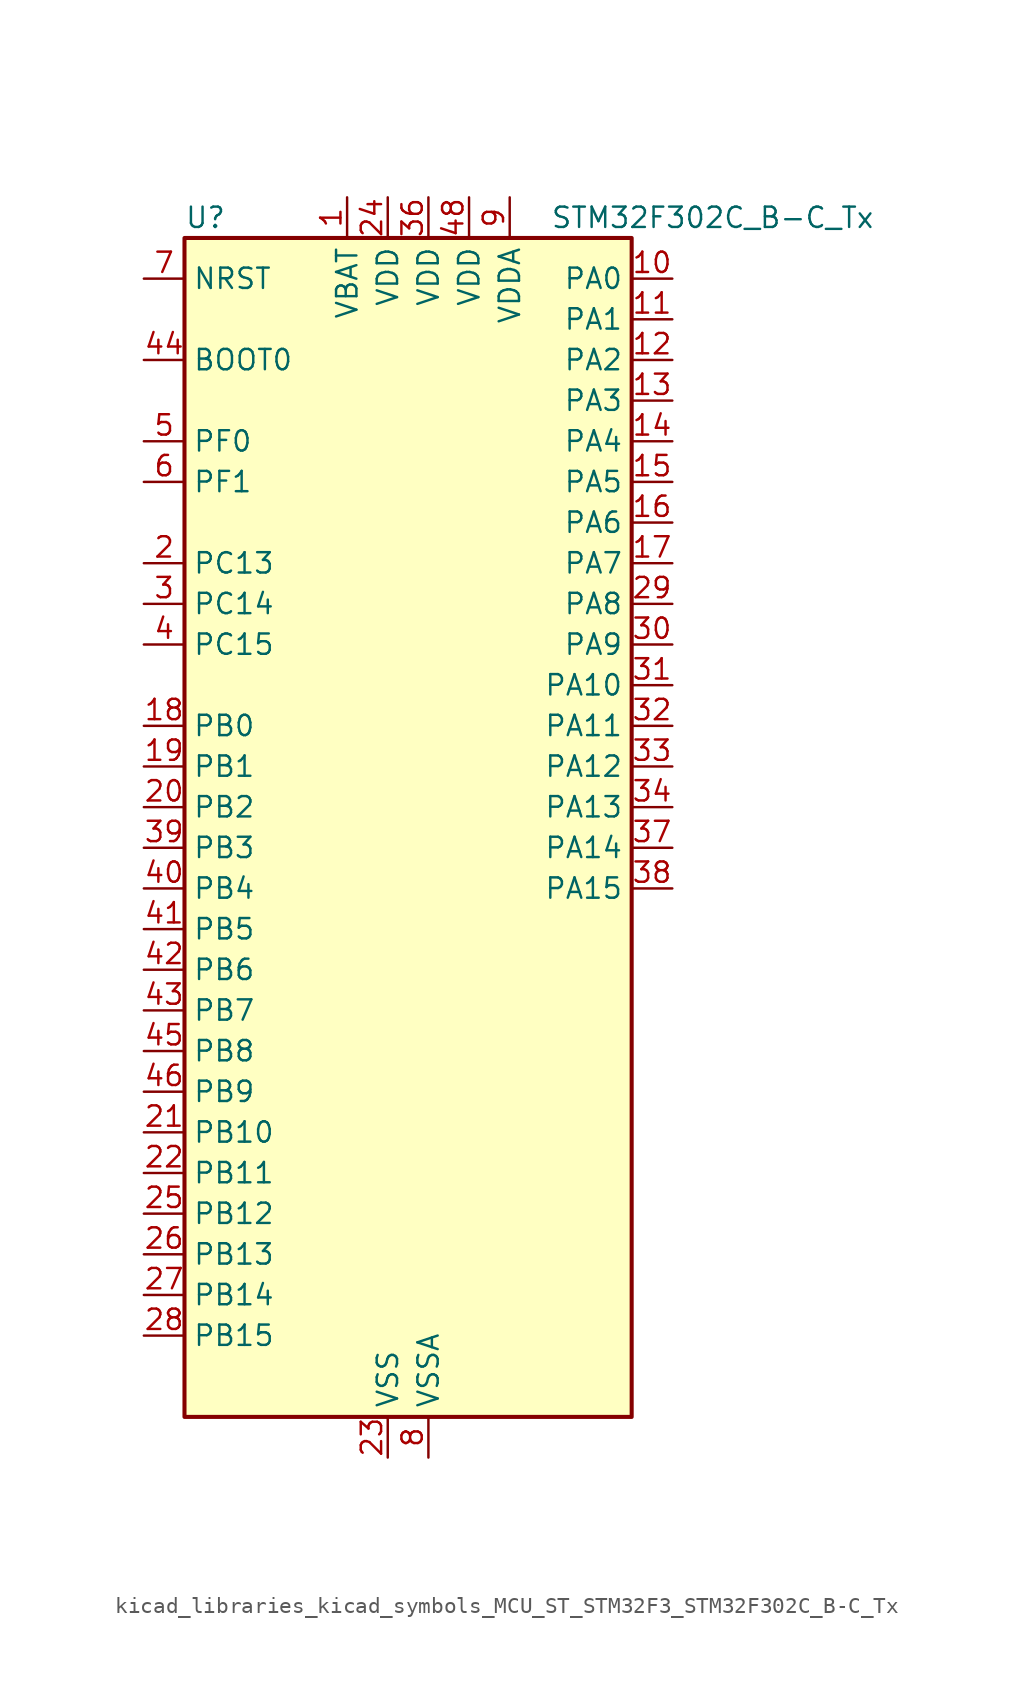
<source format=kicad_sym>
(kicad_symbol_lib
  (version 20220914)
  (generator kicad_symbol_editor)
  (symbol "kicad_libraries_kicad_symbols_MCU_ST_STM32F3_STM32F302C_B-C_Tx"
    (property "Reference" "U"
      (at -12.7 39.37 0)
      (effects (font (size 1.27 1.27)) (justify left)))
    (property "Value" "STM32F302C_B-C_Tx"
      (at 10.16 39.37 0)
      (effects (font (size 1.27 1.27)) (justify left)))
    (property "ki_locked" ""
      (at 0 0 0)
      (effects (font (size 1.27 1.27))))
    (symbol "kicad_libraries_kicad_symbols_MCU_ST_STM32F3_STM32F302C_B-C_Tx_0_1"
      (rectangle (start -12.7 -35.56) (end 15.24 38.1) (stroke (width 0.254) (type default)) (fill (type background))))
    (symbol "kicad_libraries_kicad_symbols_MCU_ST_STM32F3_STM32F302C_B-C_Tx_1_1"
      (pin power_in line (at -2.54 40.64 270) (length 2.54) (name "VBAT" (effects (font (size 1.27 1.27)))) (number "1" (effects (font (size 1.27 1.27)))))
      (pin bidirectional line (at 17.78 35.56 180) (length 2.54) (name "PA0" (effects (font (size 1.27 1.27)))) (number "10" (effects (font (size 1.27 1.27)))) (alternate "ADC1_IN1" bidirectional line) (alternate "COMP1_INM" bidirectional line) (alternate "COMP1_OUT" bidirectional line) (alternate "RTC_TAMP2" bidirectional line) (alternate "SYS_WKUP1" bidirectional line) (alternate "TIM2_CH1" bidirectional line) (alternate "TIM2_ETR" bidirectional line) (alternate "TSC_G1_IO1" bidirectional line) (alternate "USART2_CTS" bidirectional line))
      (pin bidirectional line (at 17.78 33.02 180) (length 2.54) (name "PA1" (effects (font (size 1.27 1.27)))) (number "11" (effects (font (size 1.27 1.27)))) (alternate "ADC1_IN2" bidirectional line) (alternate "COMP1_INP" bidirectional line) (alternate "OPAMP1_VINP" bidirectional line) (alternate "OPAMP1_VINP_SEC" bidirectional line) (alternate "RTC_REFIN" bidirectional line) (alternate "TIM15_CH1N" bidirectional line) (alternate "TIM2_CH2" bidirectional line) (alternate "TSC_G1_IO2" bidirectional line) (alternate "USART2_DE" bidirectional line) (alternate "USART2_RTS" bidirectional line))
      (pin bidirectional line (at 17.78 30.48 180) (length 2.54) (name "PA2" (effects (font (size 1.27 1.27)))) (number "12" (effects (font (size 1.27 1.27)))) (alternate "ADC1_IN3" bidirectional line) (alternate "COMP2_INM" bidirectional line) (alternate "COMP2_OUT" bidirectional line) (alternate "OPAMP1_VOUT" bidirectional line) (alternate "TIM15_CH1" bidirectional line) (alternate "TIM2_CH3" bidirectional line) (alternate "TSC_G1_IO3" bidirectional line) (alternate "USART2_TX" bidirectional line))
      (pin bidirectional line (at 17.78 27.94 180) (length 2.54) (name "PA3" (effects (font (size 1.27 1.27)))) (number "13" (effects (font (size 1.27 1.27)))) (alternate "ADC1_IN4" bidirectional line) (alternate "COMP2_INP" bidirectional line) (alternate "OPAMP1_VINM" bidirectional line) (alternate "OPAMP1_VINM_SEC" bidirectional line) (alternate "OPAMP1_VINP" bidirectional line) (alternate "OPAMP1_VINP_SEC" bidirectional line) (alternate "TIM15_CH2" bidirectional line) (alternate "TIM2_CH4" bidirectional line) (alternate "TSC_G1_IO4" bidirectional line) (alternate "USART2_RX" bidirectional line))
      (pin bidirectional line (at 17.78 25.4 180) (length 2.54) (name "PA4" (effects (font (size 1.27 1.27)))) (number "14" (effects (font (size 1.27 1.27)))) (alternate "ADC2_IN1" bidirectional line) (alternate "COMP1_INM" bidirectional line) (alternate "COMP2_INM" bidirectional line) (alternate "COMP4_INM" bidirectional line) (alternate "COMP6_INM" bidirectional line) (alternate "DAC_OUT1" bidirectional line) (alternate "I2S3_WS" bidirectional line) (alternate "SPI1_NSS" bidirectional line) (alternate "SPI3_NSS" bidirectional line) (alternate "TIM3_CH2" bidirectional line) (alternate "TSC_G2_IO1" bidirectional line) (alternate "USART2_CK" bidirectional line))
      (pin bidirectional line (at 17.78 22.86 180) (length 2.54) (name "PA5" (effects (font (size 1.27 1.27)))) (number "15" (effects (font (size 1.27 1.27)))) (alternate "ADC2_IN2" bidirectional line) (alternate "COMP1_INM" bidirectional line) (alternate "COMP2_INM" bidirectional line) (alternate "COMP4_INM" bidirectional line) (alternate "COMP6_INM" bidirectional line) (alternate "OPAMP1_VINP" bidirectional line) (alternate "OPAMP1_VINP_SEC" bidirectional line) (alternate "OPAMP2_VINM" bidirectional line) (alternate "OPAMP2_VINM_SEC" bidirectional line) (alternate "SPI1_SCK" bidirectional line) (alternate "TIM2_CH1" bidirectional line) (alternate "TIM2_ETR" bidirectional line) (alternate "TSC_G2_IO2" bidirectional line))
      (pin bidirectional line (at 17.78 20.32 180) (length 2.54) (name "PA6" (effects (font (size 1.27 1.27)))) (number "16" (effects (font (size 1.27 1.27)))) (alternate "ADC2_IN3" bidirectional line) (alternate "COMP1_OUT" bidirectional line) (alternate "OPAMP2_VOUT" bidirectional line) (alternate "SPI1_MISO" bidirectional line) (alternate "TIM16_CH1" bidirectional line) (alternate "TIM1_BKIN" bidirectional line) (alternate "TIM3_CH1" bidirectional line) (alternate "TSC_G2_IO3" bidirectional line))
      (pin bidirectional line (at 17.78 17.78 180) (length 2.54) (name "PA7" (effects (font (size 1.27 1.27)))) (number "17" (effects (font (size 1.27 1.27)))) (alternate "ADC2_IN4" bidirectional line) (alternate "COMP2_INP" bidirectional line) (alternate "COMP2_OUT" bidirectional line) (alternate "OPAMP1_VINP" bidirectional line) (alternate "OPAMP1_VINP_SEC" bidirectional line) (alternate "OPAMP2_VINP" bidirectional line) (alternate "OPAMP2_VINP_SEC" bidirectional line) (alternate "SPI1_MOSI" bidirectional line) (alternate "TIM17_CH1" bidirectional line) (alternate "TIM1_CH1N" bidirectional line) (alternate "TIM3_CH2" bidirectional line) (alternate "TSC_G2_IO4" bidirectional line))
      (pin bidirectional line (at -15.24 7.62 0) (length 2.54) (name "PB0" (effects (font (size 1.27 1.27)))) (number "18" (effects (font (size 1.27 1.27)))) (alternate "COMP4_INP" bidirectional line) (alternate "OPAMP2_VINP" bidirectional line) (alternate "OPAMP2_VINP_SEC" bidirectional line) (alternate "TIM1_CH2N" bidirectional line) (alternate "TIM3_CH3" bidirectional line) (alternate "TSC_G3_IO2" bidirectional line))
      (pin bidirectional line (at -15.24 5.08 0) (length 2.54) (name "PB1" (effects (font (size 1.27 1.27)))) (number "19" (effects (font (size 1.27 1.27)))) (alternate "COMP4_OUT" bidirectional line) (alternate "TIM1_CH3N" bidirectional line) (alternate "TIM3_CH4" bidirectional line) (alternate "TSC_G3_IO3" bidirectional line))
      (pin bidirectional line (at -15.24 17.78 0) (length 2.54) (name "PC13" (effects (font (size 1.27 1.27)))) (number "2" (effects (font (size 1.27 1.27)))) (alternate "RTC_OUT_ALARM" bidirectional line) (alternate "RTC_OUT_CALIB" bidirectional line) (alternate "RTC_TAMP1" bidirectional line) (alternate "RTC_TS" bidirectional line) (alternate "SYS_WKUP2" bidirectional line) (alternate "TIM1_CH1N" bidirectional line))
      (pin bidirectional line (at -15.24 2.54 0) (length 2.54) (name "PB2" (effects (font (size 1.27 1.27)))) (number "20" (effects (font (size 1.27 1.27)))) (alternate "ADC2_IN12" bidirectional line) (alternate "COMP4_INM" bidirectional line) (alternate "TSC_G3_IO4" bidirectional line))
      (pin bidirectional line (at -15.24 -17.78 0) (length 2.54) (name "PB10" (effects (font (size 1.27 1.27)))) (number "21" (effects (font (size 1.27 1.27)))) (alternate "TIM2_CH3" bidirectional line) (alternate "TSC_SYNC" bidirectional line) (alternate "USART3_TX" bidirectional line))
      (pin bidirectional line (at -15.24 -20.32 0) (length 2.54) (name "PB11" (effects (font (size 1.27 1.27)))) (number "22" (effects (font (size 1.27 1.27)))) (alternate "ADC1_EXTI11" bidirectional line) (alternate "ADC2_EXTI11" bidirectional line) (alternate "COMP6_INP" bidirectional line) (alternate "TIM2_CH4" bidirectional line) (alternate "TSC_G6_IO1" bidirectional line) (alternate "USART3_RX" bidirectional line))
      (pin power_in line (at 0 -38.1 90) (length 2.54) (name "VSS" (effects (font (size 1.27 1.27)))) (number "23" (effects (font (size 1.27 1.27)))))
      (pin power_in line (at 0 40.64 270) (length 2.54) (name "VDD" (effects (font (size 1.27 1.27)))) (number "24" (effects (font (size 1.27 1.27)))))
      (pin bidirectional line (at -15.24 -22.86 0) (length 2.54) (name "PB12" (effects (font (size 1.27 1.27)))) (number "25" (effects (font (size 1.27 1.27)))) (alternate "I2C2_SMBA" bidirectional line) (alternate "I2S2_WS" bidirectional line) (alternate "SPI2_NSS" bidirectional line) (alternate "TIM1_BKIN" bidirectional line) (alternate "TSC_G6_IO2" bidirectional line) (alternate "USART3_CK" bidirectional line))
      (pin bidirectional line (at -15.24 -25.4 0) (length 2.54) (name "PB13" (effects (font (size 1.27 1.27)))) (number "26" (effects (font (size 1.27 1.27)))) (alternate "I2S2_CK" bidirectional line) (alternate "SPI2_SCK" bidirectional line) (alternate "TIM1_CH1N" bidirectional line) (alternate "TSC_G6_IO3" bidirectional line) (alternate "USART3_CTS" bidirectional line))
      (pin bidirectional line (at -15.24 -27.94 0) (length 2.54) (name "PB14" (effects (font (size 1.27 1.27)))) (number "27" (effects (font (size 1.27 1.27)))) (alternate "I2S2_ext_SD" bidirectional line) (alternate "OPAMP2_VINP" bidirectional line) (alternate "OPAMP2_VINP_SEC" bidirectional line) (alternate "SPI2_MISO" bidirectional line) (alternate "TIM15_CH1" bidirectional line) (alternate "TIM1_CH2N" bidirectional line) (alternate "TSC_G6_IO4" bidirectional line) (alternate "USART3_DE" bidirectional line) (alternate "USART3_RTS" bidirectional line))
      (pin bidirectional line (at -15.24 -30.48 0) (length 2.54) (name "PB15" (effects (font (size 1.27 1.27)))) (number "28" (effects (font (size 1.27 1.27)))) (alternate "ADC1_EXTI15" bidirectional line) (alternate "ADC2_EXTI15" bidirectional line) (alternate "COMP6_INM" bidirectional line) (alternate "I2S2_SD" bidirectional line) (alternate "RTC_REFIN" bidirectional line) (alternate "SPI2_MOSI" bidirectional line) (alternate "TIM15_CH1N" bidirectional line) (alternate "TIM15_CH2" bidirectional line) (alternate "TIM1_CH3N" bidirectional line))
      (pin bidirectional line (at 17.78 15.24 180) (length 2.54) (name "PA8" (effects (font (size 1.27 1.27)))) (number "29" (effects (font (size 1.27 1.27)))) (alternate "I2C2_SMBA" bidirectional line) (alternate "I2S2_MCK" bidirectional line) (alternate "RCC_MCO" bidirectional line) (alternate "TIM1_CH1" bidirectional line) (alternate "TIM4_ETR" bidirectional line) (alternate "USART1_CK" bidirectional line))
      (pin bidirectional line (at -15.24 15.24 0) (length 2.54) (name "PC14" (effects (font (size 1.27 1.27)))) (number "3" (effects (font (size 1.27 1.27)))) (alternate "RCC_OSC32_IN" bidirectional line))
      (pin bidirectional line (at 17.78 12.7 180) (length 2.54) (name "PA9" (effects (font (size 1.27 1.27)))) (number "30" (effects (font (size 1.27 1.27)))) (alternate "DAC_EXTI9" bidirectional line) (alternate "I2C2_SCL" bidirectional line) (alternate "I2S3_MCK" bidirectional line) (alternate "TIM15_BKIN" bidirectional line) (alternate "TIM1_CH2" bidirectional line) (alternate "TIM2_CH3" bidirectional line) (alternate "TSC_G4_IO1" bidirectional line) (alternate "USART1_TX" bidirectional line))
      (pin bidirectional line (at 17.78 10.16 180) (length 2.54) (name "PA10" (effects (font (size 1.27 1.27)))) (number "31" (effects (font (size 1.27 1.27)))) (alternate "COMP6_OUT" bidirectional line) (alternate "I2C2_SDA" bidirectional line) (alternate "TIM17_BKIN" bidirectional line) (alternate "TIM1_CH3" bidirectional line) (alternate "TIM2_CH4" bidirectional line) (alternate "TSC_G4_IO2" bidirectional line) (alternate "USART1_RX" bidirectional line))
      (pin bidirectional line (at 17.78 7.62 180) (length 2.54) (name "PA11" (effects (font (size 1.27 1.27)))) (number "32" (effects (font (size 1.27 1.27)))) (alternate "ADC1_EXTI11" bidirectional line) (alternate "ADC2_EXTI11" bidirectional line) (alternate "CAN_RX" bidirectional line) (alternate "COMP1_OUT" bidirectional line) (alternate "TIM1_BKIN2" bidirectional line) (alternate "TIM1_CH1N" bidirectional line) (alternate "TIM1_CH4" bidirectional line) (alternate "TIM4_CH1" bidirectional line) (alternate "USART1_CTS" bidirectional line) (alternate "USB_DM" bidirectional line))
      (pin bidirectional line (at 17.78 5.08 180) (length 2.54) (name "PA12" (effects (font (size 1.27 1.27)))) (number "33" (effects (font (size 1.27 1.27)))) (alternate "CAN_TX" bidirectional line) (alternate "COMP2_OUT" bidirectional line) (alternate "TIM16_CH1" bidirectional line) (alternate "TIM1_CH2N" bidirectional line) (alternate "TIM1_ETR" bidirectional line) (alternate "TIM4_CH2" bidirectional line) (alternate "USART1_DE" bidirectional line) (alternate "USART1_RTS" bidirectional line) (alternate "USB_DP" bidirectional line))
      (pin bidirectional line (at 17.78 2.54 180) (length 2.54) (name "PA13" (effects (font (size 1.27 1.27)))) (number "34" (effects (font (size 1.27 1.27)))) (alternate "IR_OUT" bidirectional line) (alternate "SYS_JTMS-SWDIO" bidirectional line) (alternate "TIM16_CH1N" bidirectional line) (alternate "TIM4_CH3" bidirectional line) (alternate "TSC_G4_IO3" bidirectional line) (alternate "USART3_CTS" bidirectional line))
      (pin passive line (at 0 -38.1 90) (length 2.54) hide (name "VSS" (effects (font (size 1.27 1.27)))) (number "35" (effects (font (size 1.27 1.27)))))
      (pin power_in line (at 2.54 40.64 270) (length 2.54) (name "VDD" (effects (font (size 1.27 1.27)))) (number "36" (effects (font (size 1.27 1.27)))))
      (pin bidirectional line (at 17.78 0 180) (length 2.54) (name "PA14" (effects (font (size 1.27 1.27)))) (number "37" (effects (font (size 1.27 1.27)))) (alternate "I2C1_SDA" bidirectional line) (alternate "SYS_JTCK-SWCLK" bidirectional line) (alternate "TIM1_BKIN" bidirectional line) (alternate "TSC_G4_IO4" bidirectional line) (alternate "USART2_TX" bidirectional line))
      (pin bidirectional line (at 17.78 -2.54 180) (length 2.54) (name "PA15" (effects (font (size 1.27 1.27)))) (number "38" (effects (font (size 1.27 1.27)))) (alternate "ADC1_EXTI15" bidirectional line) (alternate "ADC2_EXTI15" bidirectional line) (alternate "I2C1_SCL" bidirectional line) (alternate "I2S3_WS" bidirectional line) (alternate "SPI1_NSS" bidirectional line) (alternate "SPI3_NSS" bidirectional line) (alternate "SYS_JTDI" bidirectional line) (alternate "TIM1_BKIN" bidirectional line) (alternate "TIM2_CH1" bidirectional line) (alternate "TIM2_ETR" bidirectional line) (alternate "USART2_RX" bidirectional line))
      (pin bidirectional line (at -15.24 0 0) (length 2.54) (name "PB3" (effects (font (size 1.27 1.27)))) (number "39" (effects (font (size 1.27 1.27)))) (alternate "I2S3_CK" bidirectional line) (alternate "SPI1_SCK" bidirectional line) (alternate "SPI3_SCK" bidirectional line) (alternate "SYS_JTDO-TRACESWO" bidirectional line) (alternate "TIM2_CH2" bidirectional line) (alternate "TIM3_ETR" bidirectional line) (alternate "TIM4_ETR" bidirectional line) (alternate "TSC_G5_IO1" bidirectional line) (alternate "USART2_TX" bidirectional line))
      (pin bidirectional line (at -15.24 12.7 0) (length 2.54) (name "PC15" (effects (font (size 1.27 1.27)))) (number "4" (effects (font (size 1.27 1.27)))) (alternate "ADC1_EXTI15" bidirectional line) (alternate "ADC2_EXTI15" bidirectional line) (alternate "RCC_OSC32_OUT" bidirectional line))
      (pin bidirectional line (at -15.24 -2.54 0) (length 2.54) (name "PB4" (effects (font (size 1.27 1.27)))) (number "40" (effects (font (size 1.27 1.27)))) (alternate "I2S3_ext_SD" bidirectional line) (alternate "SPI1_MISO" bidirectional line) (alternate "SPI3_MISO" bidirectional line) (alternate "SYS_NJTRST" bidirectional line) (alternate "TIM16_CH1" bidirectional line) (alternate "TIM17_BKIN" bidirectional line) (alternate "TIM3_CH1" bidirectional line) (alternate "TSC_G5_IO2" bidirectional line) (alternate "USART2_RX" bidirectional line))
      (pin bidirectional line (at -15.24 -5.08 0) (length 2.54) (name "PB5" (effects (font (size 1.27 1.27)))) (number "41" (effects (font (size 1.27 1.27)))) (alternate "I2C1_SMBA" bidirectional line) (alternate "I2S3_SD" bidirectional line) (alternate "SPI1_MOSI" bidirectional line) (alternate "SPI3_MOSI" bidirectional line) (alternate "TIM16_BKIN" bidirectional line) (alternate "TIM17_CH1" bidirectional line) (alternate "TIM3_CH2" bidirectional line) (alternate "USART2_CK" bidirectional line))
      (pin bidirectional line (at -15.24 -7.62 0) (length 2.54) (name "PB6" (effects (font (size 1.27 1.27)))) (number "42" (effects (font (size 1.27 1.27)))) (alternate "I2C1_SCL" bidirectional line) (alternate "TIM16_CH1N" bidirectional line) (alternate "TIM4_CH1" bidirectional line) (alternate "TSC_G5_IO3" bidirectional line) (alternate "USART1_TX" bidirectional line))
      (pin bidirectional line (at -15.24 -10.16 0) (length 2.54) (name "PB7" (effects (font (size 1.27 1.27)))) (number "43" (effects (font (size 1.27 1.27)))) (alternate "I2C1_SDA" bidirectional line) (alternate "TIM17_CH1N" bidirectional line) (alternate "TIM3_CH4" bidirectional line) (alternate "TIM4_CH2" bidirectional line) (alternate "TSC_G5_IO4" bidirectional line) (alternate "USART1_RX" bidirectional line))
      (pin input line (at -15.24 30.48 0) (length 2.54) (name "BOOT0" (effects (font (size 1.27 1.27)))) (number "44" (effects (font (size 1.27 1.27)))))
      (pin bidirectional line (at -15.24 -12.7 0) (length 2.54) (name "PB8" (effects (font (size 1.27 1.27)))) (number "45" (effects (font (size 1.27 1.27)))) (alternate "CAN_RX" bidirectional line) (alternate "COMP1_OUT" bidirectional line) (alternate "I2C1_SCL" bidirectional line) (alternate "TIM16_CH1" bidirectional line) (alternate "TIM1_BKIN" bidirectional line) (alternate "TIM4_CH3" bidirectional line) (alternate "TSC_SYNC" bidirectional line))
      (pin bidirectional line (at -15.24 -15.24 0) (length 2.54) (name "PB9" (effects (font (size 1.27 1.27)))) (number "46" (effects (font (size 1.27 1.27)))) (alternate "CAN_TX" bidirectional line) (alternate "COMP2_OUT" bidirectional line) (alternate "DAC_EXTI9" bidirectional line) (alternate "I2C1_SDA" bidirectional line) (alternate "IR_OUT" bidirectional line) (alternate "TIM17_CH1" bidirectional line) (alternate "TIM4_CH4" bidirectional line))
      (pin passive line (at 0 -38.1 90) (length 2.54) hide (name "VSS" (effects (font (size 1.27 1.27)))) (number "47" (effects (font (size 1.27 1.27)))))
      (pin power_in line (at 5.08 40.64 270) (length 2.54) (name "VDD" (effects (font (size 1.27 1.27)))) (number "48" (effects (font (size 1.27 1.27)))))
      (pin bidirectional line (at -15.24 25.4 0) (length 2.54) (name "PF0" (effects (font (size 1.27 1.27)))) (number "5" (effects (font (size 1.27 1.27)))) (alternate "I2C2_SDA" bidirectional line) (alternate "RCC_OSC_IN" bidirectional line) (alternate "TIM1_CH3N" bidirectional line))
      (pin bidirectional line (at -15.24 22.86 0) (length 2.54) (name "PF1" (effects (font (size 1.27 1.27)))) (number "6" (effects (font (size 1.27 1.27)))) (alternate "I2C2_SCL" bidirectional line) (alternate "RCC_OSC_OUT" bidirectional line))
      (pin input line (at -15.24 35.56 0) (length 2.54) (name "NRST" (effects (font (size 1.27 1.27)))) (number "7" (effects (font (size 1.27 1.27)))))
      (pin power_in line (at 2.54 -38.1 90) (length 2.54) (name "VSSA" (effects (font (size 1.27 1.27)))) (number "8" (effects (font (size 1.27 1.27)))))
      (pin power_in line (at 7.62 40.64 270) (length 2.54) (name "VDDA" (effects (font (size 1.27 1.27)))) (number "9" (effects (font (size 1.27 1.27))))))))
</source>
